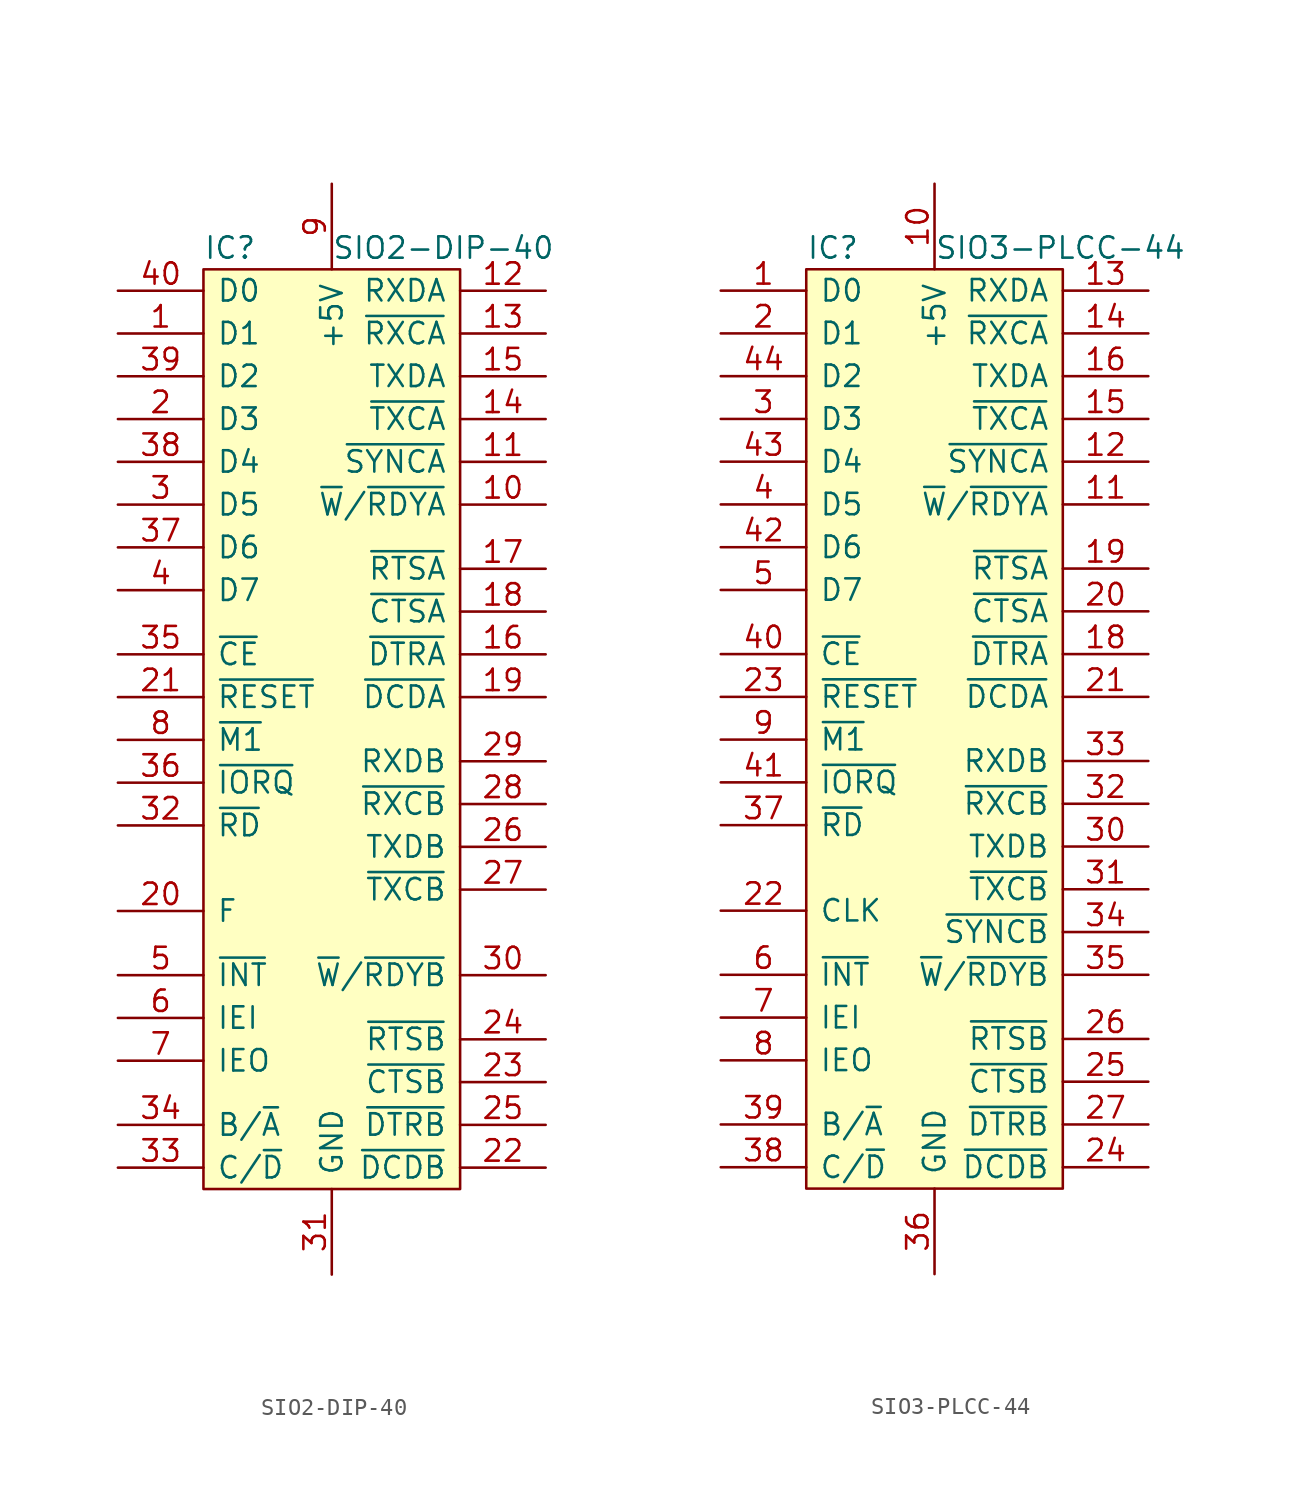
<source format=kicad_sym>
(kicad_symbol_lib
  (version 20220914)
  (generator kicad_symbol_editor)
  (symbol "SIO2-DIP-40"
    (pin_names
      (offset 0.762))
    (property "Reference" "IC"
      (at 0 1.27 0)
      (effects (font (size 1.27 1.27)) (justify left)))
    (property "Value" "SIO2-DIP-40"
      (at 7.62 1.27 0)
      (effects (font (size 1.27 1.27)) (justify left)))
    (symbol "SIO2-DIP-40_0_0"
      (pin bidirectional line (at -5.08 -3.81 0) (length 5.08) (name "D1" (effects (font (size 1.27 1.27)))) (number "1" (effects (font (size 1.27 1.27)))))
      (pin output line (at 20.32 -13.97 180) (length 5.08) (name "~{W}/~{RDYA}" (effects (font (size 1.27 1.27)))) (number "10" (effects (font (size 1.27 1.27)))))
      (pin bidirectional line (at 20.32 -11.43 180) (length 5.08) (name "~{SYNCA}" (effects (font (size 1.27 1.27)))) (number "11" (effects (font (size 1.27 1.27)))))
      (pin input line (at 20.32 -1.27 180) (length 5.08) (name "RXDA" (effects (font (size 1.27 1.27)))) (number "12" (effects (font (size 1.27 1.27)))))
      (pin input line (at 20.32 -3.81 180) (length 5.08) (name "~{RXCA}" (effects (font (size 1.27 1.27)))) (number "13" (effects (font (size 1.27 1.27)))))
      (pin output line (at 20.32 -8.89 180) (length 5.08) (name "~{TXCA}" (effects (font (size 1.27 1.27)))) (number "14" (effects (font (size 1.27 1.27)))))
      (pin output line (at 20.32 -6.35 180) (length 5.08) (name "TXDA" (effects (font (size 1.27 1.27)))) (number "15" (effects (font (size 1.27 1.27)))))
      (pin output line (at 20.32 -22.86 180) (length 5.08) (name "~{DTRA}" (effects (font (size 1.27 1.27)))) (number "16" (effects (font (size 1.27 1.27)))))
      (pin output line (at 20.32 -17.78 180) (length 5.08) (name "~{RTSA}" (effects (font (size 1.27 1.27)))) (number "17" (effects (font (size 1.27 1.27)))))
      (pin input line (at 20.32 -20.32 180) (length 5.08) (name "~{CTSA}" (effects (font (size 1.27 1.27)))) (number "18" (effects (font (size 1.27 1.27)))))
      (pin input line (at 20.32 -25.4 180) (length 5.08) (name "~{DCDA}" (effects (font (size 1.27 1.27)))) (number "19" (effects (font (size 1.27 1.27)))))
      (pin bidirectional line (at -5.08 -8.89 0) (length 5.08) (name "D3" (effects (font (size 1.27 1.27)))) (number "2" (effects (font (size 1.27 1.27)))))
      (pin input line (at -5.08 -38.1 0) (length 5.08) (name "F" (effects (font (size 1.27 1.27)))) (number "20" (effects (font (size 1.27 1.27)))))
      (pin input line (at -5.08 -25.4 0) (length 5.08) (name "~{RESET}" (effects (font (size 1.27 1.27)))) (number "21" (effects (font (size 1.27 1.27)))))
      (pin input line (at 20.32 -53.34 180) (length 5.08) (name "~{DCDB}" (effects (font (size 1.27 1.27)))) (number "22" (effects (font (size 1.27 1.27)))))
      (pin input line (at 20.32 -48.26 180) (length 5.08) (name "~{CTSB}" (effects (font (size 1.27 1.27)))) (number "23" (effects (font (size 1.27 1.27)))))
      (pin output line (at 20.32 -45.72 180) (length 5.08) (name "~{RTSB}" (effects (font (size 1.27 1.27)))) (number "24" (effects (font (size 1.27 1.27)))))
      (pin output line (at 20.32 -50.8 180) (length 5.08) (name "~{DTRB}" (effects (font (size 1.27 1.27)))) (number "25" (effects (font (size 1.27 1.27)))))
      (pin output line (at 20.32 -34.29 180) (length 5.08) (name "TXDB" (effects (font (size 1.27 1.27)))) (number "26" (effects (font (size 1.27 1.27)))))
      (pin input line (at 20.32 -36.83 180) (length 5.08) (name "~{TXCB}" (effects (font (size 1.27 1.27)))) (number "27" (effects (font (size 1.27 1.27)))))
      (pin input line (at 20.32 -31.75 180) (length 5.08) (name "~{RXCB}" (effects (font (size 1.27 1.27)))) (number "28" (effects (font (size 1.27 1.27)))))
      (pin input line (at 20.32 -29.21 180) (length 5.08) (name "RXDB" (effects (font (size 1.27 1.27)))) (number "29" (effects (font (size 1.27 1.27)))))
      (pin bidirectional line (at -5.08 -13.97 0) (length 5.08) (name "D5" (effects (font (size 1.27 1.27)))) (number "3" (effects (font (size 1.27 1.27)))))
      (pin output line (at 20.32 -41.91 180) (length 5.08) (name "~{W}/~{RDYB}" (effects (font (size 1.27 1.27)))) (number "30" (effects (font (size 1.27 1.27)))))
      (pin power_in line (at 7.62 -59.69 90) (length 5.08) (name "GND" (effects (font (size 1.27 1.27)))) (number "31" (effects (font (size 1.27 1.27)))))
      (pin input line (at -5.08 -33.02 0) (length 5.08) (name "~{RD}" (effects (font (size 1.27 1.27)))) (number "32" (effects (font (size 1.27 1.27)))))
      (pin input line (at -5.08 -53.34 0) (length 5.08) (name "C/~{D}" (effects (font (size 1.27 1.27)))) (number "33" (effects (font (size 1.27 1.27)))))
      (pin input line (at -5.08 -50.8 0) (length 5.08) (name "B/~{A}" (effects (font (size 1.27 1.27)))) (number "34" (effects (font (size 1.27 1.27)))))
      (pin input line (at -5.08 -22.86 0) (length 5.08) (name "~{CE}" (effects (font (size 1.27 1.27)))) (number "35" (effects (font (size 1.27 1.27)))))
      (pin input line (at -5.08 -30.48 0) (length 5.08) (name "~{IORQ}" (effects (font (size 1.27 1.27)))) (number "36" (effects (font (size 1.27 1.27)))))
      (pin bidirectional line (at -5.08 -16.51 0) (length 5.08) (name "D6" (effects (font (size 1.27 1.27)))) (number "37" (effects (font (size 1.27 1.27)))))
      (pin bidirectional line (at -5.08 -11.43 0) (length 5.08) (name "D4" (effects (font (size 1.27 1.27)))) (number "38" (effects (font (size 1.27 1.27)))))
      (pin bidirectional line (at -5.08 -6.35 0) (length 5.08) (name "D2" (effects (font (size 1.27 1.27)))) (number "39" (effects (font (size 1.27 1.27)))))
      (pin bidirectional line (at -5.08 -19.05 0) (length 5.08) (name "D7" (effects (font (size 1.27 1.27)))) (number "4" (effects (font (size 1.27 1.27)))))
      (pin bidirectional line (at -5.08 -1.27 0) (length 5.08) (name "D0" (effects (font (size 1.27 1.27)))) (number "40" (effects (font (size 1.27 1.27)))))
      (pin open_collector line (at -5.08 -41.91 0) (length 5.08) (name "~{INT}" (effects (font (size 1.27 1.27)))) (number "5" (effects (font (size 1.27 1.27)))))
      (pin input line (at -5.08 -44.45 0) (length 5.08) (name "IEI" (effects (font (size 1.27 1.27)))) (number "6" (effects (font (size 1.27 1.27)))))
      (pin output line (at -5.08 -46.99 0) (length 5.08) (name "IEO" (effects (font (size 1.27 1.27)))) (number "7" (effects (font (size 1.27 1.27)))))
      (pin input line (at -5.08 -27.94 0) (length 5.08) (name "~{M1}" (effects (font (size 1.27 1.27)))) (number "8" (effects (font (size 1.27 1.27)))))
      (pin power_in line (at 7.62 5.08 270) (length 5.08) (name "+5V" (effects (font (size 1.27 1.27)))) (number "9" (effects (font (size 1.27 1.27))))))
    (symbol "SIO2-DIP-40_0_1"
      (rectangle (start 0 0) (end 15.24 -54.61) (stroke (width 0) (type solid)) (fill (type background)))))
  (symbol "SIO3-PLCC-44"
    (pin_names
      (offset 0.762))
    (property "Reference" "IC"
      (at 0 1.27 0)
      (effects (font (size 1.27 1.27)) (justify left)))
    (property "Value" "SIO3-PLCC-44"
      (at 7.62 1.27 0)
      (effects (font (size 1.27 1.27)) (justify left)))
    (symbol "SIO3-PLCC-44_0_0"
      (pin bidirectional line (at -5.08 -1.27 0) (length 5.08) (name "D0" (effects (font (size 1.27 1.27)))) (number "1" (effects (font (size 1.27 1.27)))))
      (pin power_in line (at 7.62 5.08 270) (length 5.08) (name "+5V" (effects (font (size 1.27 1.27)))) (number "10" (effects (font (size 1.27 1.27)))))
      (pin output line (at 20.32 -13.97 180) (length 5.08) (name "~{W}/~{RDYA}" (effects (font (size 1.27 1.27)))) (number "11" (effects (font (size 1.27 1.27)))))
      (pin bidirectional line (at 20.32 -11.43 180) (length 5.08) (name "~{SYNCA}" (effects (font (size 1.27 1.27)))) (number "12" (effects (font (size 1.27 1.27)))))
      (pin input line (at 20.32 -1.27 180) (length 5.08) (name "RXDA" (effects (font (size 1.27 1.27)))) (number "13" (effects (font (size 1.27 1.27)))))
      (pin input line (at 20.32 -3.81 180) (length 5.08) (name "~{RXCA}" (effects (font (size 1.27 1.27)))) (number "14" (effects (font (size 1.27 1.27)))))
      (pin output line (at 20.32 -8.89 180) (length 5.08) (name "~{TXCA}" (effects (font (size 1.27 1.27)))) (number "15" (effects (font (size 1.27 1.27)))))
      (pin output line (at 20.32 -6.35 180) (length 5.08) (name "TXDA" (effects (font (size 1.27 1.27)))) (number "16" (effects (font (size 1.27 1.27)))))
      (pin no_connect line (at 11.43 -21.59 0) (length 2.54) hide (name "NC" (effects (font (size 1.27 1.27)))) (number "17" (effects (font (size 1.27 1.27)))))
      (pin output line (at 20.32 -22.86 180) (length 5.08) (name "~{DTRA}" (effects (font (size 1.27 1.27)))) (number "18" (effects (font (size 1.27 1.27)))))
      (pin output line (at 20.32 -17.78 180) (length 5.08) (name "~{RTSA}" (effects (font (size 1.27 1.27)))) (number "19" (effects (font (size 1.27 1.27)))))
      (pin bidirectional line (at -5.08 -3.81 0) (length 5.08) (name "D1" (effects (font (size 1.27 1.27)))) (number "2" (effects (font (size 1.27 1.27)))))
      (pin input line (at 20.32 -20.32 180) (length 5.08) (name "~{CTSA}" (effects (font (size 1.27 1.27)))) (number "20" (effects (font (size 1.27 1.27)))))
      (pin input line (at 20.32 -25.4 180) (length 5.08) (name "~{DCDA}" (effects (font (size 1.27 1.27)))) (number "21" (effects (font (size 1.27 1.27)))))
      (pin input line (at -5.08 -38.1 0) (length 5.08) (name "CLK" (effects (font (size 1.27 1.27)))) (number "22" (effects (font (size 1.27 1.27)))))
      (pin input line (at -5.08 -25.4 0) (length 5.08) (name "~{RESET}" (effects (font (size 1.27 1.27)))) (number "23" (effects (font (size 1.27 1.27)))))
      (pin input line (at 20.32 -53.34 180) (length 5.08) (name "~{DCDB}" (effects (font (size 1.27 1.27)))) (number "24" (effects (font (size 1.27 1.27)))))
      (pin input line (at 20.32 -48.26 180) (length 5.08) (name "~{CTSB}" (effects (font (size 1.27 1.27)))) (number "25" (effects (font (size 1.27 1.27)))))
      (pin output line (at 20.32 -45.72 180) (length 5.08) (name "~{RTSB}" (effects (font (size 1.27 1.27)))) (number "26" (effects (font (size 1.27 1.27)))))
      (pin output line (at 20.32 -50.8 180) (length 5.08) (name "~{DTRB}" (effects (font (size 1.27 1.27)))) (number "27" (effects (font (size 1.27 1.27)))))
      (pin no_connect line (at 11.43 -16.51 0) (length 2.54) hide (name "NC" (effects (font (size 1.27 1.27)))) (number "28" (effects (font (size 1.27 1.27)))))
      (pin no_connect line (at 11.43 -19.05 0) (length 2.54) hide (name "NC" (effects (font (size 1.27 1.27)))) (number "29" (effects (font (size 1.27 1.27)))))
      (pin bidirectional line (at -5.08 -8.89 0) (length 5.08) (name "D3" (effects (font (size 1.27 1.27)))) (number "3" (effects (font (size 1.27 1.27)))))
      (pin output line (at 20.32 -34.29 180) (length 5.08) (name "TXDB" (effects (font (size 1.27 1.27)))) (number "30" (effects (font (size 1.27 1.27)))))
      (pin input line (at 20.32 -36.83 180) (length 5.08) (name "~{TXCB}" (effects (font (size 1.27 1.27)))) (number "31" (effects (font (size 1.27 1.27)))))
      (pin input line (at 20.32 -31.75 180) (length 5.08) (name "~{RXCB}" (effects (font (size 1.27 1.27)))) (number "32" (effects (font (size 1.27 1.27)))))
      (pin input line (at 20.32 -29.21 180) (length 5.08) (name "RXDB" (effects (font (size 1.27 1.27)))) (number "33" (effects (font (size 1.27 1.27)))))
      (pin bidirectional line (at 20.32 -39.37 180) (length 5.08) (name "~{SYNCB}" (effects (font (size 1.27 1.27)))) (number "34" (effects (font (size 1.27 1.27)))))
      (pin output line (at 20.32 -41.91 180) (length 5.08) (name "~{W}/~{RDYB}" (effects (font (size 1.27 1.27)))) (number "35" (effects (font (size 1.27 1.27)))))
      (pin power_in line (at 7.62 -59.69 90) (length 5.08) (name "GND" (effects (font (size 1.27 1.27)))) (number "36" (effects (font (size 1.27 1.27)))))
      (pin input line (at -5.08 -33.02 0) (length 5.08) (name "~{RD}" (effects (font (size 1.27 1.27)))) (number "37" (effects (font (size 1.27 1.27)))))
      (pin input line (at -5.08 -53.34 0) (length 5.08) (name "C/~{D}" (effects (font (size 1.27 1.27)))) (number "38" (effects (font (size 1.27 1.27)))))
      (pin input line (at -5.08 -50.8 0) (length 5.08) (name "B/~{A}" (effects (font (size 1.27 1.27)))) (number "39" (effects (font (size 1.27 1.27)))))
      (pin bidirectional line (at -5.08 -13.97 0) (length 5.08) (name "D5" (effects (font (size 1.27 1.27)))) (number "4" (effects (font (size 1.27 1.27)))))
      (pin input line (at -5.08 -22.86 0) (length 5.08) (name "~{CE}" (effects (font (size 1.27 1.27)))) (number "40" (effects (font (size 1.27 1.27)))))
      (pin input line (at -5.08 -30.48 0) (length 5.08) (name "~{IORQ}" (effects (font (size 1.27 1.27)))) (number "41" (effects (font (size 1.27 1.27)))))
      (pin bidirectional line (at -5.08 -16.51 0) (length 5.08) (name "D6" (effects (font (size 1.27 1.27)))) (number "42" (effects (font (size 1.27 1.27)))))
      (pin bidirectional line (at -5.08 -11.43 0) (length 5.08) (name "D4" (effects (font (size 1.27 1.27)))) (number "43" (effects (font (size 1.27 1.27)))))
      (pin bidirectional line (at -5.08 -6.35 0) (length 5.08) (name "D2" (effects (font (size 1.27 1.27)))) (number "44" (effects (font (size 1.27 1.27)))))
      (pin bidirectional line (at -5.08 -19.05 0) (length 5.08) (name "D7" (effects (font (size 1.27 1.27)))) (number "5" (effects (font (size 1.27 1.27)))))
      (pin open_collector line (at -5.08 -41.91 0) (length 5.08) (name "~{INT}" (effects (font (size 1.27 1.27)))) (number "6" (effects (font (size 1.27 1.27)))))
      (pin input line (at -5.08 -44.45 0) (length 5.08) (name "IEI" (effects (font (size 1.27 1.27)))) (number "7" (effects (font (size 1.27 1.27)))))
      (pin output line (at -5.08 -46.99 0) (length 5.08) (name "IEO" (effects (font (size 1.27 1.27)))) (number "8" (effects (font (size 1.27 1.27)))))
      (pin input line (at -5.08 -27.94 0) (length 5.08) (name "~{M1}" (effects (font (size 1.27 1.27)))) (number "9" (effects (font (size 1.27 1.27))))))
    (symbol "SIO3-PLCC-44_0_1"
      (rectangle (start 0 0) (end 15.24 -54.61) (stroke (width 0) (type solid)) (fill (type background))))))
</source>
